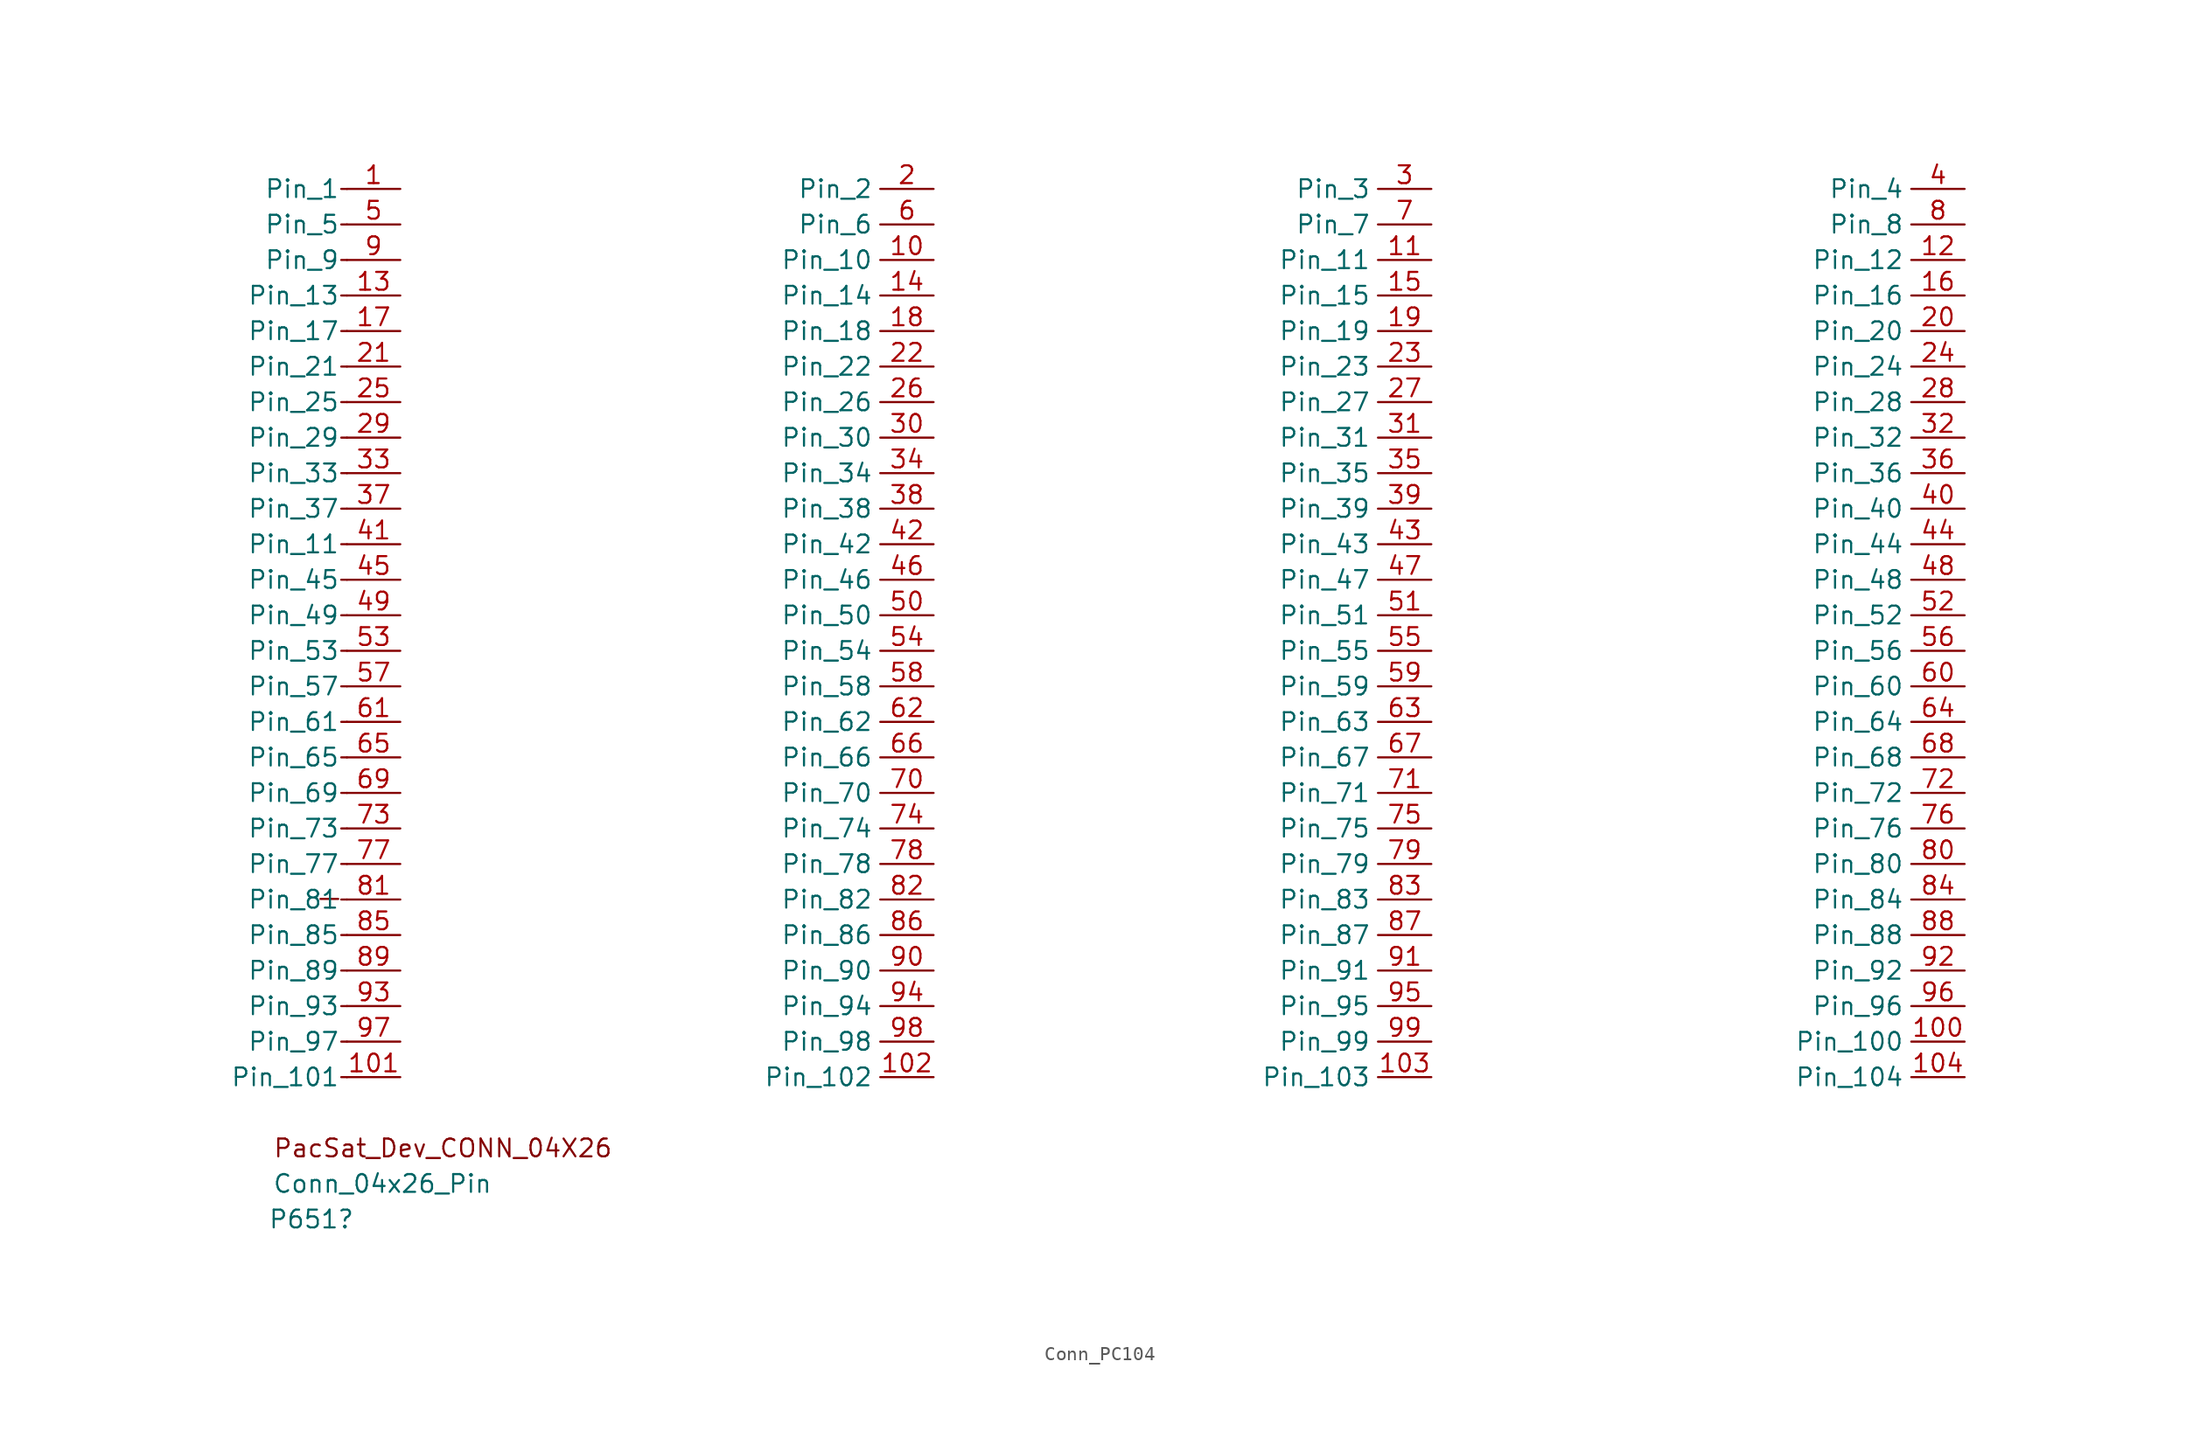
<source format=kicad_sym>
(kicad_symbol_lib
  (version 20220914)
  (generator kicad_symbol_editor)
  (symbol "Conn_PC104"
    (property "Reference" "P651"
      (at -6.35 -10.16 0)
      (effects (font (size 1.27 1.27))))
    (property "Value" "Conn_04x26_Pin"
      (at -1.27 -7.62 0)
      (effects (font (size 1.27 1.27))))
    (symbol "Conn_PC104_1_1"
      (polyline (pts (xy -4.434 12.741) (xy -5.704 12.741)) (stroke (width 0) (type default)) (fill (type none)))
      (polyline (pts (xy -3.81 0) (xy -4.216 0)) (stroke (width 0.152) (type default)) (fill (type none)))
      (polyline (pts (xy -3.81 2.54) (xy -4.216 2.54)) (stroke (width 0.152) (type default)) (fill (type none)))
      (polyline (pts (xy -3.81 5.08) (xy -4.216 5.08)) (stroke (width 0.152) (type default)) (fill (type none)))
      (polyline (pts (xy -3.81 7.62) (xy -4.216 7.62)) (stroke (width 0.152) (type default)) (fill (type none)))
      (polyline (pts (xy -3.81 10.16) (xy -4.216 10.16)) (stroke (width 0.152) (type default)) (fill (type none)))
      (polyline (pts (xy -3.81 12.7) (xy -4.216 12.7)) (stroke (width 0.152) (type default)) (fill (type none)))
      (polyline (pts (xy -3.81 15.24) (xy -4.216 15.24)) (stroke (width 0.152) (type default)) (fill (type none)))
      (polyline (pts (xy -3.81 17.78) (xy -4.216 17.78)) (stroke (width 0.152) (type default)) (fill (type none)))
      (polyline (pts (xy -3.81 20.32) (xy -4.216 20.32)) (stroke (width 0.152) (type default)) (fill (type none)))
      (polyline (pts (xy -3.81 22.86) (xy -4.216 22.86)) (stroke (width 0.152) (type default)) (fill (type none)))
      (polyline (pts (xy -3.81 25.4) (xy -4.216 25.4)) (stroke (width 0.152) (type default)) (fill (type none)))
      (polyline (pts (xy -3.81 27.94) (xy -4.216 27.94)) (stroke (width 0.152) (type default)) (fill (type none)))
      (polyline (pts (xy -3.81 30.48) (xy -4.216 30.48)) (stroke (width 0.152) (type default)) (fill (type none)))
      (polyline (pts (xy -3.81 33.02) (xy -4.216 33.02)) (stroke (width 0.152) (type default)) (fill (type none)))
      (polyline (pts (xy -3.81 35.56) (xy -4.216 35.56)) (stroke (width 0.152) (type default)) (fill (type none)))
      (polyline (pts (xy -3.81 38.1) (xy -4.216 38.1)) (stroke (width 0.152) (type default)) (fill (type none)))
      (polyline (pts (xy -3.81 40.64) (xy -4.216 40.64)) (stroke (width 0.152) (type default)) (fill (type none)))
      (polyline (pts (xy -3.81 43.18) (xy -4.216 43.18)) (stroke (width 0.152) (type default)) (fill (type none)))
      (polyline (pts (xy -3.81 45.72) (xy -4.216 45.72)) (stroke (width 0.152) (type default)) (fill (type none)))
      (polyline (pts (xy -3.81 48.26) (xy -4.216 48.26)) (stroke (width 0.152) (type default)) (fill (type none)))
      (polyline (pts (xy -3.81 50.8) (xy -4.216 50.8)) (stroke (width 0.152) (type default)) (fill (type none)))
      (polyline (pts (xy -3.81 53.34) (xy -4.216 53.34)) (stroke (width 0.152) (type default)) (fill (type none)))
      (polyline (pts (xy -3.81 55.88) (xy -4.216 55.88)) (stroke (width 0.152) (type default)) (fill (type none)))
      (polyline (pts (xy -3.81 58.42) (xy -4.216 58.42)) (stroke (width 0.152) (type default)) (fill (type none)))
      (polyline (pts (xy -3.81 60.96) (xy -4.216 60.96)) (stroke (width 0.152) (type default)) (fill (type none)))
      (polyline (pts (xy -3.81 63.5) (xy -4.216 63.5)) (stroke (width 0.152) (type default)) (fill (type none)))
      (text "PacSat_Dev_CONN_04X26" (at 3.048 -5.08 0) (effects (font (size 1.27 1.27))))
      (pin passive line (at 0 63.5 180) (length 3.81) (name "Pin_1" (effects (font (size 1.27 1.27)))) (number "1" (effects (font (size 1.27 1.27)))))
      (pin passive line (at 38.1 58.42 180) (length 3.81) (name "Pin_10" (effects (font (size 1.27 1.27)))) (number "10" (effects (font (size 1.27 1.27)))))
      (pin passive line (at 111.76 2.54 180) (length 3.81) (name "Pin_100" (effects (font (size 1.27 1.27)))) (number "100" (effects (font (size 1.27 1.27)))))
      (pin passive line (at 0 0 180) (length 3.81) (name "Pin_101" (effects (font (size 1.27 1.27)))) (number "101" (effects (font (size 1.27 1.27)))))
      (pin passive line (at 38.1 0 180) (length 3.81) (name "Pin_102" (effects (font (size 1.27 1.27)))) (number "102" (effects (font (size 1.27 1.27)))))
      (pin passive line (at 73.66 0 180) (length 3.81) (name "Pin_103" (effects (font (size 1.27 1.27)))) (number "103" (effects (font (size 1.27 1.27)))))
      (pin passive line (at 111.76 0 180) (length 3.81) (name "Pin_104" (effects (font (size 1.27 1.27)))) (number "104" (effects (font (size 1.27 1.27)))))
      (pin passive line (at 73.66 58.42 180) (length 3.81) (name "Pin_11" (effects (font (size 1.27 1.27)))) (number "11" (effects (font (size 1.27 1.27)))))
      (pin passive line (at 111.76 58.42 180) (length 3.81) (name "Pin_12" (effects (font (size 1.27 1.27)))) (number "12" (effects (font (size 1.27 1.27)))))
      (pin passive line (at 0 55.88 180) (length 3.81) (name "Pin_13" (effects (font (size 1.27 1.27)))) (number "13" (effects (font (size 1.27 1.27)))))
      (pin passive line (at 38.1 55.88 180) (length 3.81) (name "Pin_14" (effects (font (size 1.27 1.27)))) (number "14" (effects (font (size 1.27 1.27)))))
      (pin passive line (at 73.66 55.88 180) (length 3.81) (name "Pin_15" (effects (font (size 1.27 1.27)))) (number "15" (effects (font (size 1.27 1.27)))))
      (pin passive line (at 111.76 55.88 180) (length 3.81) (name "Pin_16" (effects (font (size 1.27 1.27)))) (number "16" (effects (font (size 1.27 1.27)))))
      (pin passive line (at 0 53.34 180) (length 3.81) (name "Pin_17" (effects (font (size 1.27 1.27)))) (number "17" (effects (font (size 1.27 1.27)))))
      (pin passive line (at 38.1 53.34 180) (length 3.81) (name "Pin_18" (effects (font (size 1.27 1.27)))) (number "18" (effects (font (size 1.27 1.27)))))
      (pin passive line (at 73.66 53.34 180) (length 3.81) (name "Pin_19" (effects (font (size 1.27 1.27)))) (number "19" (effects (font (size 1.27 1.27)))))
      (pin passive line (at 38.1 63.5 180) (length 3.81) (name "Pin_2" (effects (font (size 1.27 1.27)))) (number "2" (effects (font (size 1.27 1.27)))))
      (pin passive line (at 111.76 53.34 180) (length 3.81) (name "Pin_20" (effects (font (size 1.27 1.27)))) (number "20" (effects (font (size 1.27 1.27)))))
      (pin passive line (at 0 50.8 180) (length 3.81) (name "Pin_21" (effects (font (size 1.27 1.27)))) (number "21" (effects (font (size 1.27 1.27)))))
      (pin passive line (at 38.1 50.8 180) (length 3.81) (name "Pin_22" (effects (font (size 1.27 1.27)))) (number "22" (effects (font (size 1.27 1.27)))))
      (pin passive line (at 73.66 50.8 180) (length 3.81) (name "Pin_23" (effects (font (size 1.27 1.27)))) (number "23" (effects (font (size 1.27 1.27)))))
      (pin passive line (at 111.76 50.8 180) (length 3.81) (name "Pin_24" (effects (font (size 1.27 1.27)))) (number "24" (effects (font (size 1.27 1.27)))))
      (pin passive line (at 0 48.26 180) (length 3.81) (name "Pin_25" (effects (font (size 1.27 1.27)))) (number "25" (effects (font (size 1.27 1.27)))))
      (pin passive line (at 38.1 48.26 180) (length 3.81) (name "Pin_26" (effects (font (size 1.27 1.27)))) (number "26" (effects (font (size 1.27 1.27)))))
      (pin passive line (at 73.66 48.26 180) (length 3.81) (name "Pin_27" (effects (font (size 1.27 1.27)))) (number "27" (effects (font (size 1.27 1.27)))))
      (pin passive line (at 111.76 48.26 180) (length 3.81) (name "Pin_28" (effects (font (size 1.27 1.27)))) (number "28" (effects (font (size 1.27 1.27)))))
      (pin passive line (at 0 45.72 180) (length 3.81) (name "Pin_29" (effects (font (size 1.27 1.27)))) (number "29" (effects (font (size 1.27 1.27)))))
      (pin passive line (at 73.66 63.5 180) (length 3.81) (name "Pin_3" (effects (font (size 1.27 1.27)))) (number "3" (effects (font (size 1.27 1.27)))))
      (pin passive line (at 38.1 45.72 180) (length 3.81) (name "Pin_30" (effects (font (size 1.27 1.27)))) (number "30" (effects (font (size 1.27 1.27)))))
      (pin passive line (at 73.66 45.72 180) (length 3.81) (name "Pin_31" (effects (font (size 1.27 1.27)))) (number "31" (effects (font (size 1.27 1.27)))))
      (pin passive line (at 111.76 45.72 180) (length 3.81) (name "Pin_32" (effects (font (size 1.27 1.27)))) (number "32" (effects (font (size 1.27 1.27)))))
      (pin passive line (at 0 43.18 180) (length 3.81) (name "Pin_33" (effects (font (size 1.27 1.27)))) (number "33" (effects (font (size 1.27 1.27)))))
      (pin passive line (at 38.1 43.18 180) (length 3.81) (name "Pin_34" (effects (font (size 1.27 1.27)))) (number "34" (effects (font (size 1.27 1.27)))))
      (pin passive line (at 73.66 43.18 180) (length 3.81) (name "Pin_35" (effects (font (size 1.27 1.27)))) (number "35" (effects (font (size 1.27 1.27)))))
      (pin passive line (at 111.76 43.18 180) (length 3.81) (name "Pin_36" (effects (font (size 1.27 1.27)))) (number "36" (effects (font (size 1.27 1.27)))))
      (pin passive line (at 0 40.64 180) (length 3.81) (name "Pin_37" (effects (font (size 1.27 1.27)))) (number "37" (effects (font (size 1.27 1.27)))))
      (pin passive line (at 38.1 40.64 180) (length 3.81) (name "Pin_38" (effects (font (size 1.27 1.27)))) (number "38" (effects (font (size 1.27 1.27)))))
      (pin passive line (at 73.66 40.64 180) (length 3.81) (name "Pin_39" (effects (font (size 1.27 1.27)))) (number "39" (effects (font (size 1.27 1.27)))))
      (pin passive line (at 111.76 63.5 180) (length 3.81) (name "Pin_4" (effects (font (size 1.27 1.27)))) (number "4" (effects (font (size 1.27 1.27)))))
      (pin passive line (at 111.76 40.64 180) (length 3.81) (name "Pin_40" (effects (font (size 1.27 1.27)))) (number "40" (effects (font (size 1.27 1.27)))))
      (pin passive line (at 0 38.1 180) (length 3.81) (name "Pin_11" (effects (font (size 1.27 1.27)))) (number "41" (effects (font (size 1.27 1.27)))))
      (pin passive line (at 38.1 38.1 180) (length 3.81) (name "Pin_42" (effects (font (size 1.27 1.27)))) (number "42" (effects (font (size 1.27 1.27)))))
      (pin passive line (at 73.66 38.1 180) (length 3.81) (name "Pin_43" (effects (font (size 1.27 1.27)))) (number "43" (effects (font (size 1.27 1.27)))))
      (pin passive line (at 111.76 38.1 180) (length 3.81) (name "Pin_44" (effects (font (size 1.27 1.27)))) (number "44" (effects (font (size 1.27 1.27)))))
      (pin passive line (at 0 35.56 180) (length 3.81) (name "Pin_45" (effects (font (size 1.27 1.27)))) (number "45" (effects (font (size 1.27 1.27)))))
      (pin passive line (at 38.1 35.56 180) (length 3.81) (name "Pin_46" (effects (font (size 1.27 1.27)))) (number "46" (effects (font (size 1.27 1.27)))))
      (pin passive line (at 73.66 35.56 180) (length 3.81) (name "Pin_47" (effects (font (size 1.27 1.27)))) (number "47" (effects (font (size 1.27 1.27)))))
      (pin passive line (at 111.76 35.56 180) (length 3.81) (name "Pin_48" (effects (font (size 1.27 1.27)))) (number "48" (effects (font (size 1.27 1.27)))))
      (pin passive line (at 0 33.02 180) (length 3.81) (name "Pin_49" (effects (font (size 1.27 1.27)))) (number "49" (effects (font (size 1.27 1.27)))))
      (pin passive line (at 0 60.96 180) (length 3.81) (name "Pin_5" (effects (font (size 1.27 1.27)))) (number "5" (effects (font (size 1.27 1.27)))))
      (pin passive line (at 38.1 33.02 180) (length 3.81) (name "Pin_50" (effects (font (size 1.27 1.27)))) (number "50" (effects (font (size 1.27 1.27)))))
      (pin passive line (at 73.66 33.02 180) (length 3.81) (name "Pin_51" (effects (font (size 1.27 1.27)))) (number "51" (effects (font (size 1.27 1.27)))))
      (pin passive line (at 111.76 33.02 180) (length 3.81) (name "Pin_52" (effects (font (size 1.27 1.27)))) (number "52" (effects (font (size 1.27 1.27)))))
      (pin passive line (at 0 30.48 180) (length 3.81) (name "Pin_53" (effects (font (size 1.27 1.27)))) (number "53" (effects (font (size 1.27 1.27)))))
      (pin passive line (at 38.1 30.48 180) (length 3.81) (name "Pin_54" (effects (font (size 1.27 1.27)))) (number "54" (effects (font (size 1.27 1.27)))))
      (pin passive line (at 73.66 30.48 180) (length 3.81) (name "Pin_55" (effects (font (size 1.27 1.27)))) (number "55" (effects (font (size 1.27 1.27)))))
      (pin passive line (at 111.76 30.48 180) (length 3.81) (name "Pin_56" (effects (font (size 1.27 1.27)))) (number "56" (effects (font (size 1.27 1.27)))))
      (pin passive line (at 0 27.94 180) (length 3.81) (name "Pin_57" (effects (font (size 1.27 1.27)))) (number "57" (effects (font (size 1.27 1.27)))))
      (pin passive line (at 38.1 27.94 180) (length 3.81) (name "Pin_58" (effects (font (size 1.27 1.27)))) (number "58" (effects (font (size 1.27 1.27)))))
      (pin passive line (at 73.66 27.94 180) (length 3.81) (name "Pin_59" (effects (font (size 1.27 1.27)))) (number "59" (effects (font (size 1.27 1.27)))))
      (pin passive line (at 38.1 60.96 180) (length 3.81) (name "Pin_6" (effects (font (size 1.27 1.27)))) (number "6" (effects (font (size 1.27 1.27)))))
      (pin passive line (at 111.76 27.94 180) (length 3.81) (name "Pin_60" (effects (font (size 1.27 1.27)))) (number "60" (effects (font (size 1.27 1.27)))))
      (pin passive line (at 0 25.4 180) (length 3.81) (name "Pin_61" (effects (font (size 1.27 1.27)))) (number "61" (effects (font (size 1.27 1.27)))))
      (pin passive line (at 38.1 25.4 180) (length 3.81) (name "Pin_62" (effects (font (size 1.27 1.27)))) (number "62" (effects (font (size 1.27 1.27)))))
      (pin passive line (at 73.66 25.4 180) (length 3.81) (name "Pin_63" (effects (font (size 1.27 1.27)))) (number "63" (effects (font (size 1.27 1.27)))))
      (pin passive line (at 111.76 25.4 180) (length 3.81) (name "Pin_64" (effects (font (size 1.27 1.27)))) (number "64" (effects (font (size 1.27 1.27)))))
      (pin passive line (at 0 22.86 180) (length 3.81) (name "Pin_65" (effects (font (size 1.27 1.27)))) (number "65" (effects (font (size 1.27 1.27)))))
      (pin passive line (at 38.1 22.86 180) (length 3.81) (name "Pin_66" (effects (font (size 1.27 1.27)))) (number "66" (effects (font (size 1.27 1.27)))))
      (pin passive line (at 73.66 22.86 180) (length 3.81) (name "Pin_67" (effects (font (size 1.27 1.27)))) (number "67" (effects (font (size 1.27 1.27)))))
      (pin passive line (at 111.76 22.86 180) (length 3.81) (name "Pin_68" (effects (font (size 1.27 1.27)))) (number "68" (effects (font (size 1.27 1.27)))))
      (pin passive line (at 0 20.32 180) (length 3.81) (name "Pin_69" (effects (font (size 1.27 1.27)))) (number "69" (effects (font (size 1.27 1.27)))))
      (pin passive line (at 73.66 60.96 180) (length 3.81) (name "Pin_7" (effects (font (size 1.27 1.27)))) (number "7" (effects (font (size 1.27 1.27)))))
      (pin passive line (at 38.1 20.32 180) (length 3.81) (name "Pin_70" (effects (font (size 1.27 1.27)))) (number "70" (effects (font (size 1.27 1.27)))))
      (pin passive line (at 73.66 20.32 180) (length 3.81) (name "Pin_71" (effects (font (size 1.27 1.27)))) (number "71" (effects (font (size 1.27 1.27)))))
      (pin passive line (at 111.76 20.32 180) (length 3.81) (name "Pin_72" (effects (font (size 1.27 1.27)))) (number "72" (effects (font (size 1.27 1.27)))))
      (pin passive line (at 0 17.78 180) (length 3.81) (name "Pin_73" (effects (font (size 1.27 1.27)))) (number "73" (effects (font (size 1.27 1.27)))))
      (pin passive line (at 38.1 17.78 180) (length 3.81) (name "Pin_74" (effects (font (size 1.27 1.27)))) (number "74" (effects (font (size 1.27 1.27)))))
      (pin passive line (at 73.66 17.78 180) (length 3.81) (name "Pin_75" (effects (font (size 1.27 1.27)))) (number "75" (effects (font (size 1.27 1.27)))))
      (pin passive line (at 111.76 17.78 180) (length 3.81) (name "Pin_76" (effects (font (size 1.27 1.27)))) (number "76" (effects (font (size 1.27 1.27)))))
      (pin passive line (at 0 15.24 180) (length 3.81) (name "Pin_77" (effects (font (size 1.27 1.27)))) (number "77" (effects (font (size 1.27 1.27)))))
      (pin passive line (at 38.1 15.24 180) (length 3.81) (name "Pin_78" (effects (font (size 1.27 1.27)))) (number "78" (effects (font (size 1.27 1.27)))))
      (pin passive line (at 73.66 15.24 180) (length 3.81) (name "Pin_79" (effects (font (size 1.27 1.27)))) (number "79" (effects (font (size 1.27 1.27)))))
      (pin passive line (at 111.76 60.96 180) (length 3.81) (name "Pin_8" (effects (font (size 1.27 1.27)))) (number "8" (effects (font (size 1.27 1.27)))))
      (pin passive line (at 111.76 15.24 180) (length 3.81) (name "Pin_80" (effects (font (size 1.27 1.27)))) (number "80" (effects (font (size 1.27 1.27)))))
      (pin passive line (at 0 12.7 180) (length 3.81) (name "Pin_81" (effects (font (size 1.27 1.27)))) (number "81" (effects (font (size 1.27 1.27)))))
      (pin passive line (at 38.1 12.7 180) (length 3.81) (name "Pin_82" (effects (font (size 1.27 1.27)))) (number "82" (effects (font (size 1.27 1.27)))))
      (pin passive line (at 73.66 12.7 180) (length 3.81) (name "Pin_83" (effects (font (size 1.27 1.27)))) (number "83" (effects (font (size 1.27 1.27)))))
      (pin passive line (at 111.76 12.7 180) (length 3.81) (name "Pin_84" (effects (font (size 1.27 1.27)))) (number "84" (effects (font (size 1.27 1.27)))))
      (pin passive line (at 0 10.16 180) (length 3.81) (name "Pin_85" (effects (font (size 1.27 1.27)))) (number "85" (effects (font (size 1.27 1.27)))))
      (pin passive line (at 38.1 10.16 180) (length 3.81) (name "Pin_86" (effects (font (size 1.27 1.27)))) (number "86" (effects (font (size 1.27 1.27)))))
      (pin passive line (at 73.66 10.16 180) (length 3.81) (name "Pin_87" (effects (font (size 1.27 1.27)))) (number "87" (effects (font (size 1.27 1.27)))))
      (pin passive line (at 111.76 10.16 180) (length 3.81) (name "Pin_88" (effects (font (size 1.27 1.27)))) (number "88" (effects (font (size 1.27 1.27)))))
      (pin passive line (at 0 7.62 180) (length 3.81) (name "Pin_89" (effects (font (size 1.27 1.27)))) (number "89" (effects (font (size 1.27 1.27)))))
      (pin passive line (at 0 58.42 180) (length 3.81) (name "Pin_9" (effects (font (size 1.27 1.27)))) (number "9" (effects (font (size 1.27 1.27)))))
      (pin passive line (at 38.1 7.62 180) (length 3.81) (name "Pin_90" (effects (font (size 1.27 1.27)))) (number "90" (effects (font (size 1.27 1.27)))))
      (pin passive line (at 73.66 7.62 180) (length 3.81) (name "Pin_91" (effects (font (size 1.27 1.27)))) (number "91" (effects (font (size 1.27 1.27)))))
      (pin passive line (at 111.76 7.62 180) (length 3.81) (name "Pin_92" (effects (font (size 1.27 1.27)))) (number "92" (effects (font (size 1.27 1.27)))))
      (pin passive line (at 0 5.08 180) (length 3.81) (name "Pin_93" (effects (font (size 1.27 1.27)))) (number "93" (effects (font (size 1.27 1.27)))))
      (pin passive line (at 38.1 5.08 180) (length 3.81) (name "Pin_94" (effects (font (size 1.27 1.27)))) (number "94" (effects (font (size 1.27 1.27)))))
      (pin passive line (at 73.66 5.08 180) (length 3.81) (name "Pin_95" (effects (font (size 1.27 1.27)))) (number "95" (effects (font (size 1.27 1.27)))))
      (pin passive line (at 111.76 5.08 180) (length 3.81) (name "Pin_96" (effects (font (size 1.27 1.27)))) (number "96" (effects (font (size 1.27 1.27)))))
      (pin passive line (at 0 2.54 180) (length 3.81) (name "Pin_97" (effects (font (size 1.27 1.27)))) (number "97" (effects (font (size 1.27 1.27)))))
      (pin passive line (at 38.1 2.54 180) (length 3.81) (name "Pin_98" (effects (font (size 1.27 1.27)))) (number "98" (effects (font (size 1.27 1.27)))))
      (pin passive line (at 73.66 2.54 180) (length 3.81) (name "Pin_99" (effects (font (size 1.27 1.27)))) (number "99" (effects (font (size 1.27 1.27))))))))
</source>
